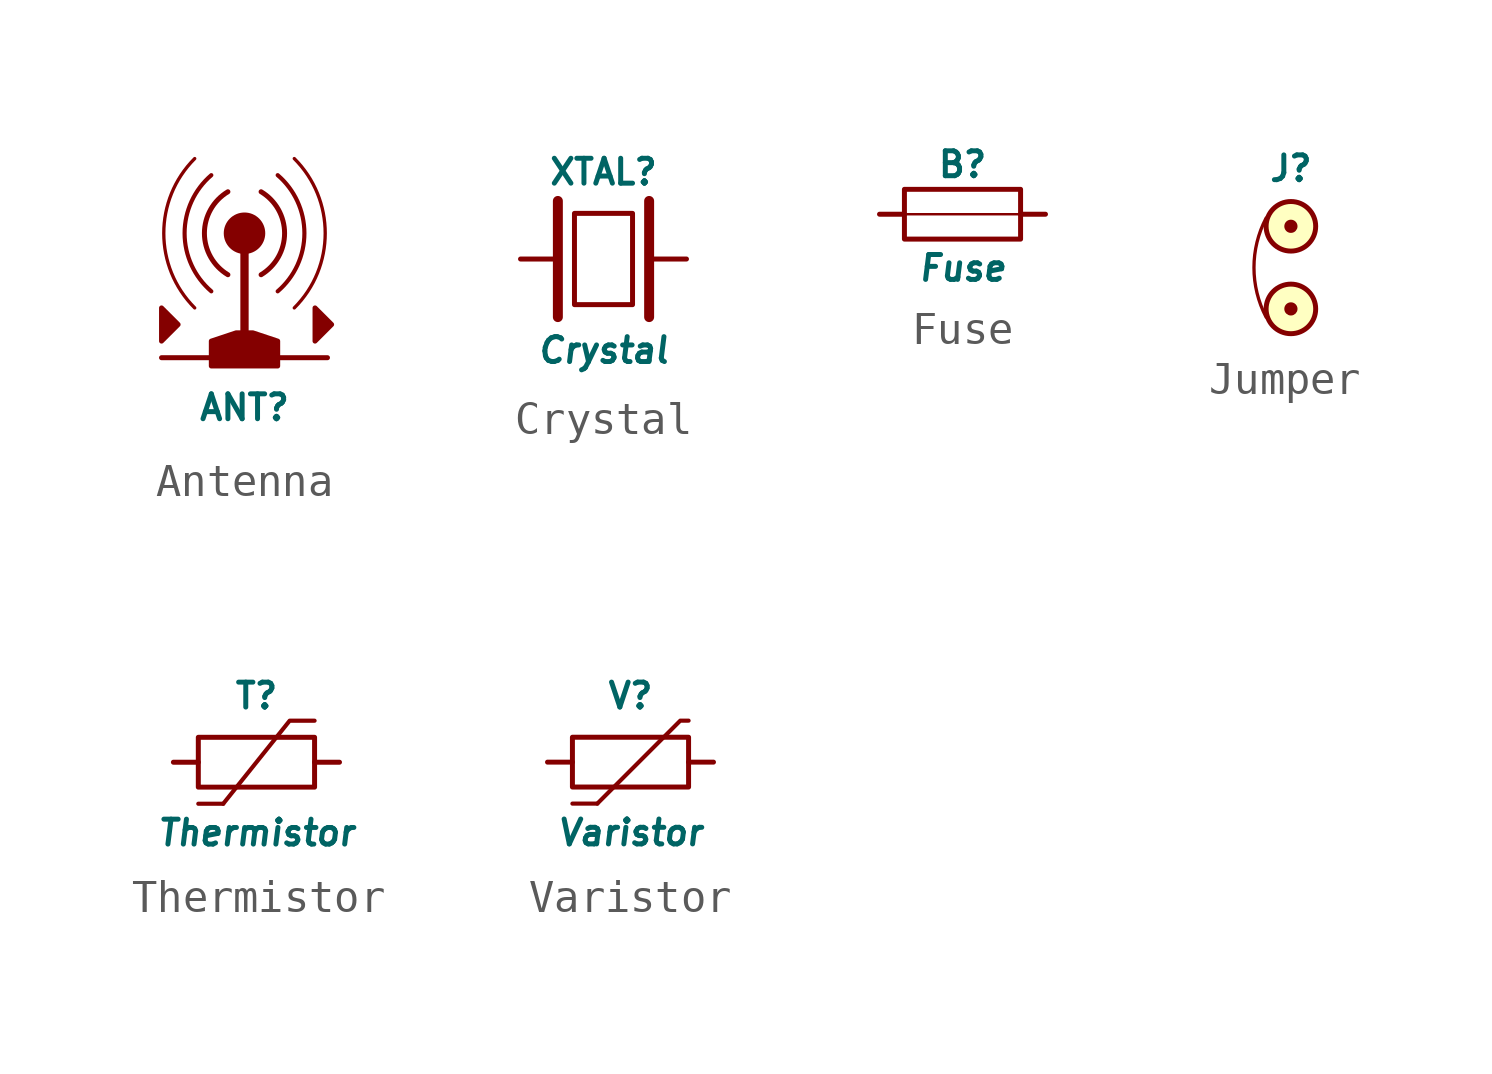
<source format=kicad_sym>
(kicad_symbol_lib
  (version 20231120)
  (generator "kicad_symbol_editor")
  (generator_version "8.0")
  (symbol "Antenna"
    (pin_numbers hide)
    (pin_names
      (offset 0) hide)
    (property "Reference" "ANT"
      (at 0 -1.524 0)
      (effects (font (size 0.762 0.762))))
    (symbol "Antenna_0_1"
      (arc (start -1.524 6.096) (mid -2.4709 3.81) (end -1.524 1.524) (stroke (width 0.1016) (type solid)) (fill (type none)))
      (arc (start -1.016 5.588) (mid -1.8338 3.81) (end -1.016 2.032) (stroke (width 0.127) (type solid)) (fill (type none)))
      (arc (start -0.508 5.08) (mid -1.2271 3.81) (end -0.508 2.54) (stroke (width 0.1524) (type solid)) (fill (type none)))
      (polyline (pts (xy 0 3.302) (xy 0 0.762)) (stroke (width 0.254) (type solid)) (fill (type none)))
      (polyline (pts (xy -2.54 1.524) (xy -2.54 0.508) (xy -2.032 1.016) (xy -2.54 1.524)) (stroke (width 0) (type solid)) (fill (type outline)))
      (polyline (pts (xy 2.159 1.524) (xy 2.159 0.508) (xy 2.667 1.016) (xy 2.159 1.524)) (stroke (width 0) (type solid)) (fill (type outline)))
      (polyline (pts (xy -1.016 -0.254) (xy -1.016 0.508) (xy -0.254 0.762) (xy 0.254 0.762) (xy 1.016 0.508) (xy 1.016 -0.254) (xy -1.016 -0.254)) (stroke (width 0) (type solid)) (fill (type outline)))
      (circle (center 0 3.81) (radius 0.559) (stroke (width 0) (type solid)) (fill (type outline)))
      (arc (start 0.508 2.54) (mid 1.2271 3.81) (end 0.508 5.08) (stroke (width 0.1524) (type solid)) (fill (type none)))
      (arc (start 1.016 2.032) (mid 1.8338 3.81) (end 1.016 5.588) (stroke (width 0.127) (type solid)) (fill (type none)))
      (arc (start 1.524 1.524) (mid 2.4709 3.81) (end 1.524 6.096) (stroke (width 0.1016) (type solid)) (fill (type none))))
    (symbol "Antenna_1_1"
      (pin passive line (at -2.54 0 0) (length 1.524) (name "IN" (effects (font (size 0.889 0.889)))) (number "1" (effects (font (size 0.889 0.889)))))
      (pin passive line (at 2.54 0 180) (length 1.524) (name "OUT" (effects (font (size 0.889 0.889)))) (number "2" (effects (font (size 0.889 0.889)))))))
  (symbol "Crystal"
    (pin_numbers hide)
    (pin_names
      (offset 0) hide)
    (property "Reference" "XTAL"
      (at 0 2.667 0)
      (effects (font (size 0.762 0.762))))
    (property "Value" "Crystal"
      (at 0 -2.794 0)
      (effects (font (size 0.762 0.762) (italic yes))))
    (symbol "Crystal_0_1"
      (polyline (pts (xy -1.397 1.778) (xy -1.397 -1.778)) (stroke (width 0.305) (type solid)) (fill (type none)))
      (polyline (pts (xy 1.397 1.778) (xy 1.397 -1.778)) (stroke (width 0.305) (type solid)) (fill (type none)))
      (rectangle (start 0.889 -1.397) (end -0.889 1.397) (stroke (width 0) (type solid)) (fill (type none))))
    (symbol "Crystal_1_1"
      (pin passive line (at -2.54 0 0) (length 1.143) (name "1" (effects (font (size 0.889 0.889)))) (number "1" (effects (font (size 0.889 0.889)))))
      (pin passive line (at 2.54 0 180) (length 1.143) (name "2" (effects (font (size 0.889 0.889)))) (number "2" (effects (font (size 0.889 0.889)))))))
  (symbol "Fuse"
    (pin_numbers hide)
    (pin_names
      (offset 0) hide)
    (property "Reference" "B"
      (at 0 1.524 0)
      (effects (font (size 0.762 0.762))))
    (property "Value" "Fuse"
      (at 0 -1.651 0)
      (effects (font (size 0.762 0.762) (italic yes))))
    (symbol "Fuse_0_1"
      (rectangle (start -1.778 0.762) (end 1.778 -0.762) (stroke (width 0) (type solid)) (fill (type none)))
      (polyline (pts (xy -1.778 0) (xy 1.778 0)) (stroke (width 0.076) (type solid)) (fill (type none))))
    (symbol "Fuse_1_1"
      (pin passive line (at -2.54 0 0) (length 0.762) (name "1" (effects (font (size 0.508 0.508)))) (number "1" (effects (font (size 0.508 0.508)))))
      (pin passive line (at 2.54 0 180) (length 0.762) (name "2" (effects (font (size 0.508 0.508)))) (number "2" (effects (font (size 0.508 0.508)))))))
  (symbol "Jumper"
    (pin_numbers hide)
    (pin_names
      (offset 0) hide)
    (property "Reference" "J"
      (at 0 3.048 0)
      (effects (font (size 0.762 0.762))))
    (symbol "Jumper_0_1"
      (arc (start -0.762 1.524) (mid -1.1357 0) (end -0.762 -1.524) (stroke (width 0.1016) (type solid)) (fill (type none)))
      (circle (center 0 -1.27) (radius 0.127) (stroke (width 0) (type solid)) (fill (type none)))
      (circle (center 0 -1.27) (radius 0.762) (stroke (width 0) (type solid)) (fill (type background)))
      (circle (center 0 1.27) (radius 0.127) (stroke (width 0) (type solid)) (fill (type none)))
      (circle (center 0 1.27) (radius 0.762) (stroke (width 0) (type solid)) (fill (type background))))
    (symbol "Jumper_1_1"
      (pin passive line (at 0 1.27 0) (length 0) (name "1" (effects (font (size 0.889 0.889)))) (number "1" (effects (font (size 0.889 0.889)))))
      (pin passive line (at 0 -1.27 0) (length 0) (name "2" (effects (font (size 0.889 0.889)))) (number "2" (effects (font (size 0.889 0.889)))))))
  (symbol "Thermistor"
    (pin_numbers hide)
    (pin_names
      (offset 0) hide)
    (property "Reference" "T"
      (at 0 2.032 0)
      (effects (font (size 0.762 0.762))))
    (property "Value" "Thermistor"
      (at 0 -2.159 0)
      (effects (font (size 0.762 0.762) (italic yes))))
    (symbol "Thermistor_0_1"
      (rectangle (start -1.778 0.762) (end 1.778 -0.762) (stroke (width 0) (type solid)) (fill (type none)))
      (polyline (pts (xy -1.016 -1.27) (xy -1.778 -1.27)) (stroke (width 0.127) (type solid)) (fill (type none)))
      (polyline (pts (xy -1.016 -1.27) (xy 1.016 1.27) (xy 1.778 1.27)) (stroke (width 0.127) (type solid)) (fill (type none))))
    (symbol "Thermistor_1_1"
      (pin passive line (at -2.54 0 0) (length 0.762) (name "1" (effects (font (size 0.508 0.508)))) (number "1" (effects (font (size 0.508 0.508)))))
      (pin passive line (at 2.54 0 180) (length 0.762) (name "2" (effects (font (size 0.508 0.508)))) (number "2" (effects (font (size 0.508 0.508)))))))
  (symbol "Varistor"
    (pin_numbers hide)
    (pin_names
      (offset 0) hide)
    (property "Reference" "V"
      (at 0 2.032 0)
      (effects (font (size 0.762 0.762))))
    (property "Value" "Varistor"
      (at 0 -2.159 0)
      (effects (font (size 0.762 0.762) (italic yes))))
    (symbol "Varistor_0_1"
      (rectangle (start -1.778 0.762) (end 1.778 -0.762) (stroke (width 0) (type solid)) (fill (type none)))
      (polyline (pts (xy -1.016 -1.27) (xy -1.778 -1.27)) (stroke (width 0.127) (type solid)) (fill (type none)))
      (polyline (pts (xy -1.016 -1.27) (xy 1.524 1.27) (xy 1.778 1.27)) (stroke (width 0.127) (type solid)) (fill (type none))))
    (symbol "Varistor_1_1"
      (pin passive line (at -2.54 0 0) (length 0.762) (name "1" (effects (font (size 0.508 0.508)))) (number "1" (effects (font (size 0.508 0.508)))))
      (pin passive line (at 2.54 0 180) (length 0.762) (name "2" (effects (font (size 0.508 0.508)))) (number "2" (effects (font (size 0.508 0.508))))))))
</source>
